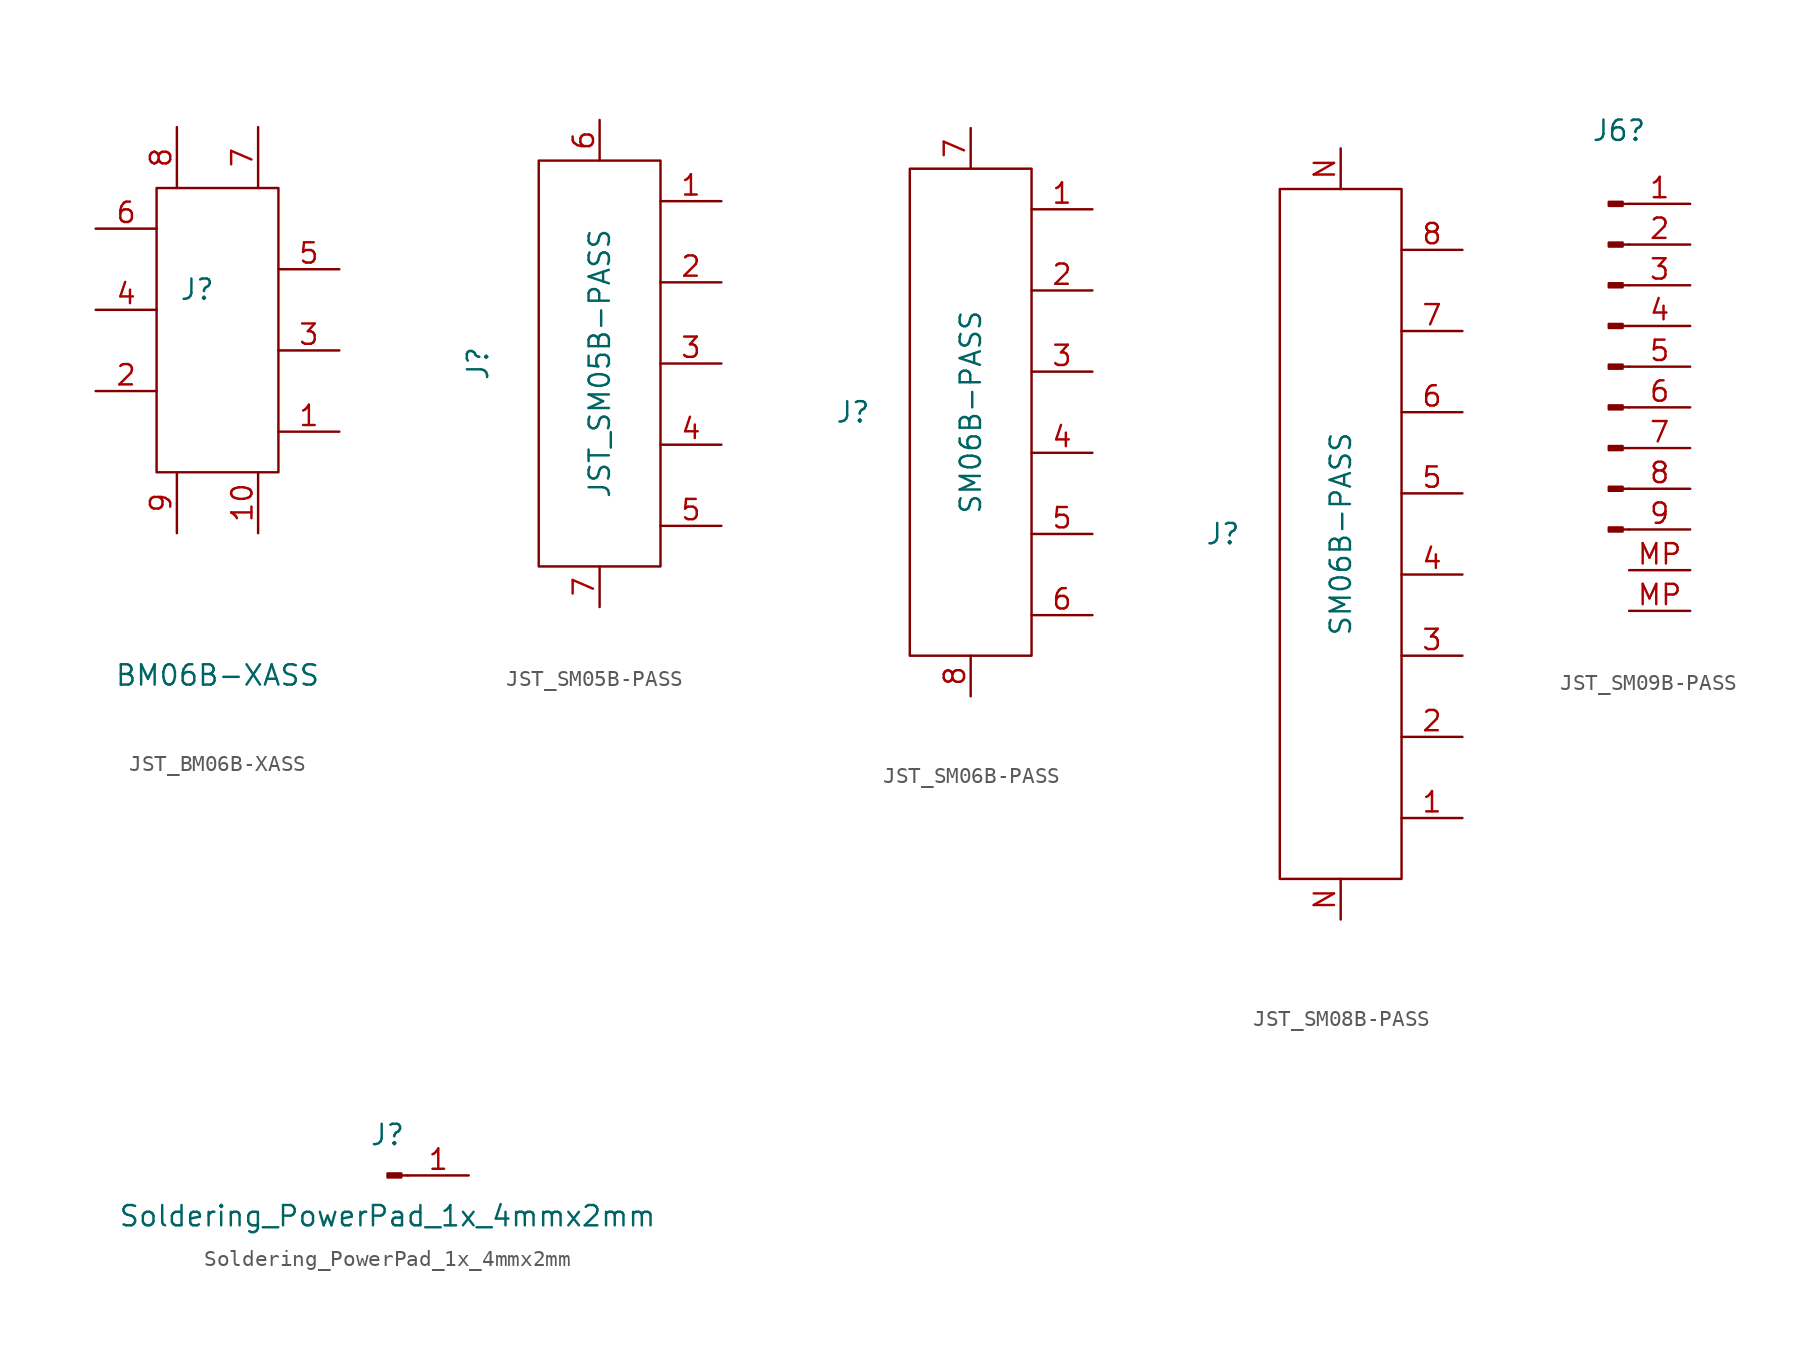
<source format=kicad_sym>
(kicad_symbol_lib
  (version 20231120)
  (generator "kicad_symbol_editor")
  (generator_version "8.0")
  (symbol "JST_BM06B-XASS"
    (pin_names
      (offset 1.016) hide)
    (property "Reference" "J"
      (at -1.27 3.81 0)
      (effects (font (size 1.27 1.27))))
    (property "Value" "BM06B-XASS"
      (at 0 -20.32 0)
      (effects (font (size 1.27 1.27))))
    (symbol "JST_BM06B-XASS_0_1"
      (rectangle (start -3.81 10.16) (end 3.81 -7.62) (stroke (width 0) (type default)) (fill (type none))))
    (symbol "JST_BM06B-XASS_1_1"
      (pin passive line (at 7.62 -5.08 180) (length 3.81) (name "Pin_1" (effects (font (size 1.27 1.27)))) (number "1" (effects (font (size 1.27 1.27)))))
      (pin passive line (at 2.54 -11.43 90) (length 3.81) (name "Pin_10" (effects (font (size 1.27 1.27)))) (number "10" (effects (font (size 1.27 1.27)))))
      (pin passive line (at -7.62 -2.54 0) (length 3.81) (name "Pin_2" (effects (font (size 1.27 1.27)))) (number "2" (effects (font (size 1.27 1.27)))))
      (pin passive line (at 7.62 0 180) (length 3.81) (name "Pin_3" (effects (font (size 1.27 1.27)))) (number "3" (effects (font (size 1.27 1.27)))))
      (pin passive line (at -7.62 2.54 0) (length 3.81) (name "Pin_4" (effects (font (size 1.27 1.27)))) (number "4" (effects (font (size 1.27 1.27)))))
      (pin passive line (at 7.62 5.08 180) (length 3.81) (name "Pin_5" (effects (font (size 1.27 1.27)))) (number "5" (effects (font (size 1.27 1.27)))))
      (pin passive line (at -7.62 7.62 0) (length 3.81) (name "Pin_6" (effects (font (size 1.27 1.27)))) (number "6" (effects (font (size 1.27 1.27)))))
      (pin passive line (at 2.54 13.97 270) (length 3.81) (name "Pin_7" (effects (font (size 1.27 1.27)))) (number "7" (effects (font (size 1.27 1.27)))))
      (pin passive line (at -2.54 13.97 270) (length 3.81) (name "Pin_8" (effects (font (size 1.27 1.27)))) (number "8" (effects (font (size 1.27 1.27)))))
      (pin passive line (at -2.54 -11.43 90) (length 3.81) (name "Pin_9" (effects (font (size 1.27 1.27)))) (number "9" (effects (font (size 1.27 1.27)))))))
  (symbol "JST_SM05B-PASS"
    (pin_names
      (offset 1.016) hide)
    (property "Reference" "J"
      (at -7.62 0 90)
      (effects (font (size 1.27 1.27))))
    (property "Value" "JST_SM05B-PASS"
      (at 0 0 90)
      (effects (font (size 1.27 1.27))))
    (symbol "JST_SM05B-PASS_0_1"
      (rectangle (start -3.81 12.7) (end 3.81 -12.7) (stroke (width 0) (type default)) (fill (type none))))
    (symbol "JST_SM05B-PASS_1_1"
      (pin passive line (at 7.62 10.16 180) (length 3.81) (name "Pin_1" (effects (font (size 1.27 1.27)))) (number "1" (effects (font (size 1.27 1.27)))))
      (pin passive line (at 7.62 5.08 180) (length 3.81) (name "Pin_2" (effects (font (size 1.27 1.27)))) (number "2" (effects (font (size 1.27 1.27)))))
      (pin passive line (at 7.62 0 180) (length 3.81) (name "Pin_3" (effects (font (size 1.27 1.27)))) (number "3" (effects (font (size 1.27 1.27)))))
      (pin passive line (at 7.62 -5.08 180) (length 3.81) (name "Pin_4" (effects (font (size 1.27 1.27)))) (number "4" (effects (font (size 1.27 1.27)))))
      (pin passive line (at 7.62 -10.16 180) (length 3.81) (name "Pin_5" (effects (font (size 1.27 1.27)))) (number "5" (effects (font (size 1.27 1.27)))))
      (pin passive line (at 0 15.24 270) (length 2.54) (name "Pin_6" (effects (font (size 1.27 1.27)))) (number "6" (effects (font (size 1.27 1.27)))))
      (pin passive line (at 0 -15.24 90) (length 2.54) (name "Pin_7" (effects (font (size 1.27 1.27)))) (number "7" (effects (font (size 1.27 1.27)))))))
  (symbol "JST_SM06B-PASS"
    (pin_names
      (offset 1.016) hide)
    (property "Reference" "J"
      (at -7.366 0 0)
      (effects (font (size 1.27 1.27))))
    (property "Value" "SM06B-PASS"
      (at 0 0 90)
      (effects (font (size 1.27 1.27))))
    (symbol "JST_SM06B-PASS_0_1"
      (rectangle (start -3.81 15.24) (end 3.81 -15.24) (stroke (width 0) (type default)) (fill (type none))))
    (symbol "JST_SM06B-PASS_1_1"
      (pin passive line (at 7.62 12.7 180) (length 3.81) (name "Pin_1" (effects (font (size 1.27 1.27)))) (number "1" (effects (font (size 1.27 1.27)))))
      (pin passive line (at 7.62 7.62 180) (length 3.81) (name "Pin_2" (effects (font (size 1.27 1.27)))) (number "2" (effects (font (size 1.27 1.27)))))
      (pin passive line (at 7.62 2.54 180) (length 3.81) (name "Pin_3" (effects (font (size 1.27 1.27)))) (number "3" (effects (font (size 1.27 1.27)))))
      (pin passive line (at 7.62 -2.54 180) (length 3.81) (name "Pin_4" (effects (font (size 1.27 1.27)))) (number "4" (effects (font (size 1.27 1.27)))))
      (pin passive line (at 7.62 -7.62 180) (length 3.81) (name "Pin_5" (effects (font (size 1.27 1.27)))) (number "5" (effects (font (size 1.27 1.27)))))
      (pin passive line (at 7.62 -12.7 180) (length 3.81) (name "Pin_6" (effects (font (size 1.27 1.27)))) (number "6" (effects (font (size 1.27 1.27)))))
      (pin passive line (at 0 17.78 270) (length 2.54) (name "Pin_8" (effects (font (size 1.27 1.27)))) (number "7" (effects (font (size 1.27 1.27)))))
      (pin passive line (at 0 -17.78 90) (length 2.54) (name "Pin_7" (effects (font (size 1.27 1.27)))) (number "8" (effects (font (size 1.27 1.27)))))))
  (symbol "JST_SM08B-PASS"
    (pin_names
      (offset 1.016) hide)
    (property "Reference" "J"
      (at -7.366 0 0)
      (effects (font (size 1.27 1.27))))
    (property "Value" "SM06B-PASS"
      (at 0 0 90)
      (effects (font (size 1.27 1.27))))
    (symbol "JST_SM08B-PASS_0_1"
      (rectangle (start -3.81 21.59) (end 3.81 -21.59) (stroke (width 0) (type default)) (fill (type none))))
    (symbol "JST_SM08B-PASS_1_1"
      (pin passive line (at 7.62 -17.78 180) (length 3.81) (name "Pin_1" (effects (font (size 1.27 1.27)))) (number "1" (effects (font (size 1.27 1.27)))))
      (pin passive line (at 7.62 -12.7 180) (length 3.81) (name "Pin_2" (effects (font (size 1.27 1.27)))) (number "2" (effects (font (size 1.27 1.27)))))
      (pin passive line (at 7.62 -7.62 180) (length 3.81) (name "Pin_3" (effects (font (size 1.27 1.27)))) (number "3" (effects (font (size 1.27 1.27)))))
      (pin passive line (at 7.62 -2.54 180) (length 3.81) (name "Pin_4" (effects (font (size 1.27 1.27)))) (number "4" (effects (font (size 1.27 1.27)))))
      (pin passive line (at 7.62 2.54 180) (length 3.81) (name "Pin_5" (effects (font (size 1.27 1.27)))) (number "5" (effects (font (size 1.27 1.27)))))
      (pin passive line (at 7.62 7.62 180) (length 3.81) (name "Pin_6" (effects (font (size 1.27 1.27)))) (number "6" (effects (font (size 1.27 1.27)))))
      (pin passive line (at 7.62 12.7 180) (length 3.81) (name "Pin_7" (effects (font (size 1.27 1.27)))) (number "7" (effects (font (size 1.27 1.27)))))
      (pin passive line (at 7.62 17.78 180) (length 3.81) (name "Pin_8" (effects (font (size 1.27 1.27)))) (number "8" (effects (font (size 1.27 1.27)))))
      (pin passive line (at 0 -24.13 90) (length 2.54) (name "Pin_N" (effects (font (size 1.27 1.27)))) (number "N" (effects (font (size 1.27 1.27)))))
      (pin passive line (at 0 24.13 270) (length 2.54) (name "Pin_N" (effects (font (size 1.27 1.27)))) (number "N" (effects (font (size 1.27 1.27)))))))
  (symbol "JST_SM09B-PASS"
    (pin_names
      (offset 1.016) hide)
    (property "Reference" "J6"
      (at 0.635 14.732 0)
      (effects (font (size 1.27 1.27))))
    (symbol "JST_SM09B-PASS_1_1"
      (rectangle (start 0 -10.033) (end 0.864 -10.287) (stroke (width 0.152) (type default)) (fill (type outline)))
      (polyline (pts (xy 1.27 -10.16) (xy 0.864 -10.16)) (stroke (width 0.152) (type default)) (fill (type none)))
      (polyline (pts (xy 1.27 -7.62) (xy 0.864 -7.62)) (stroke (width 0.152) (type default)) (fill (type none)))
      (polyline (pts (xy 1.27 -5.08) (xy 0.864 -5.08)) (stroke (width 0.152) (type default)) (fill (type none)))
      (polyline (pts (xy 1.27 -2.54) (xy 0.864 -2.54)) (stroke (width 0.152) (type default)) (fill (type none)))
      (polyline (pts (xy 1.27 0) (xy 0.864 0)) (stroke (width 0.152) (type default)) (fill (type none)))
      (polyline (pts (xy 1.27 2.54) (xy 0.864 2.54)) (stroke (width 0.152) (type default)) (fill (type none)))
      (polyline (pts (xy 1.27 5.08) (xy 0.864 5.08)) (stroke (width 0.152) (type default)) (fill (type none)))
      (polyline (pts (xy 1.27 7.62) (xy 0.864 7.62)) (stroke (width 0.152) (type default)) (fill (type none)))
      (polyline (pts (xy 1.27 10.16) (xy 0.864 10.16)) (stroke (width 0.152) (type default)) (fill (type none)))
      (rectangle (start 0.864 -7.493) (end 0 -7.747) (stroke (width 0.152) (type default)) (fill (type outline)))
      (rectangle (start 0.864 -4.953) (end 0 -5.207) (stroke (width 0.152) (type default)) (fill (type outline)))
      (rectangle (start 0.864 -2.413) (end 0 -2.667) (stroke (width 0.152) (type default)) (fill (type outline)))
      (rectangle (start 0.864 0.127) (end 0 -0.127) (stroke (width 0.152) (type default)) (fill (type outline)))
      (rectangle (start 0.864 2.667) (end 0 2.413) (stroke (width 0.152) (type default)) (fill (type outline)))
      (rectangle (start 0.864 5.207) (end 0 4.953) (stroke (width 0.152) (type default)) (fill (type outline)))
      (rectangle (start 0.864 7.747) (end 0 7.493) (stroke (width 0.152) (type default)) (fill (type outline)))
      (rectangle (start 0.864 10.287) (end 0 10.033) (stroke (width 0.152) (type default)) (fill (type outline)))
      (pin passive line (at 5.08 10.16 180) (length 3.81) (name "Pin_1" (effects (font (size 1.27 1.27)))) (number "1" (effects (font (size 1.27 1.27)))))
      (pin passive line (at 5.08 7.62 180) (length 3.81) (name "Pin_2" (effects (font (size 1.27 1.27)))) (number "2" (effects (font (size 1.27 1.27)))))
      (pin passive line (at 5.08 5.08 180) (length 3.81) (name "Pin_3" (effects (font (size 1.27 1.27)))) (number "3" (effects (font (size 1.27 1.27)))))
      (pin passive line (at 5.08 2.54 180) (length 3.81) (name "Pin_4" (effects (font (size 1.27 1.27)))) (number "4" (effects (font (size 1.27 1.27)))))
      (pin passive line (at 5.08 0 180) (length 3.81) (name "Pin_5" (effects (font (size 1.27 1.27)))) (number "5" (effects (font (size 1.27 1.27)))))
      (pin passive line (at 5.08 -2.54 180) (length 3.81) (name "Pin_6" (effects (font (size 1.27 1.27)))) (number "6" (effects (font (size 1.27 1.27)))))
      (pin passive line (at 5.08 -5.08 180) (length 3.81) (name "Pin_7" (effects (font (size 1.27 1.27)))) (number "7" (effects (font (size 1.27 1.27)))))
      (pin passive line (at 5.08 -7.62 180) (length 3.81) (name "Pin_8" (effects (font (size 1.27 1.27)))) (number "8" (effects (font (size 1.27 1.27)))))
      (pin passive line (at 5.08 -10.16 180) (length 3.81) (name "Pin_9" (effects (font (size 1.27 1.27)))) (number "9" (effects (font (size 1.27 1.27)))))
      (pin passive line (at 5.08 -15.24 180) (length 3.81) (name "MP" (effects (font (size 1.27 1.27)))) (number "MP" (effects (font (size 1.27 1.27)))))
      (pin passive line (at 5.08 -12.7 180) (length 3.81) (name "MP" (effects (font (size 1.27 1.27)))) (number "MP" (effects (font (size 1.27 1.27)))))))
  (symbol "Soldering_PowerPad_1x_4mmx2mm"
    (pin_names
      (offset 1.016) hide)
    (property "Reference" "J"
      (at 0 2.54 0)
      (effects (font (size 1.27 1.27))))
    (property "Value" "Soldering_PowerPad_1x_4mmx2mm"
      (at 0 -2.54 0)
      (effects (font (size 1.27 1.27))))
    (symbol "Soldering_PowerPad_1x_4mmx2mm_1_1"
      (polyline (pts (xy 1.27 0) (xy 0.864 0)) (stroke (width 0.152) (type default)) (fill (type none)))
      (rectangle (start 0.864 0.127) (end 0 -0.127) (stroke (width 0.152) (type default)) (fill (type outline)))
      (pin passive line (at 5.08 0 180) (length 3.81) (name "Pin_1" (effects (font (size 1.27 1.27)))) (number "1" (effects (font (size 1.27 1.27))))))))
</source>
